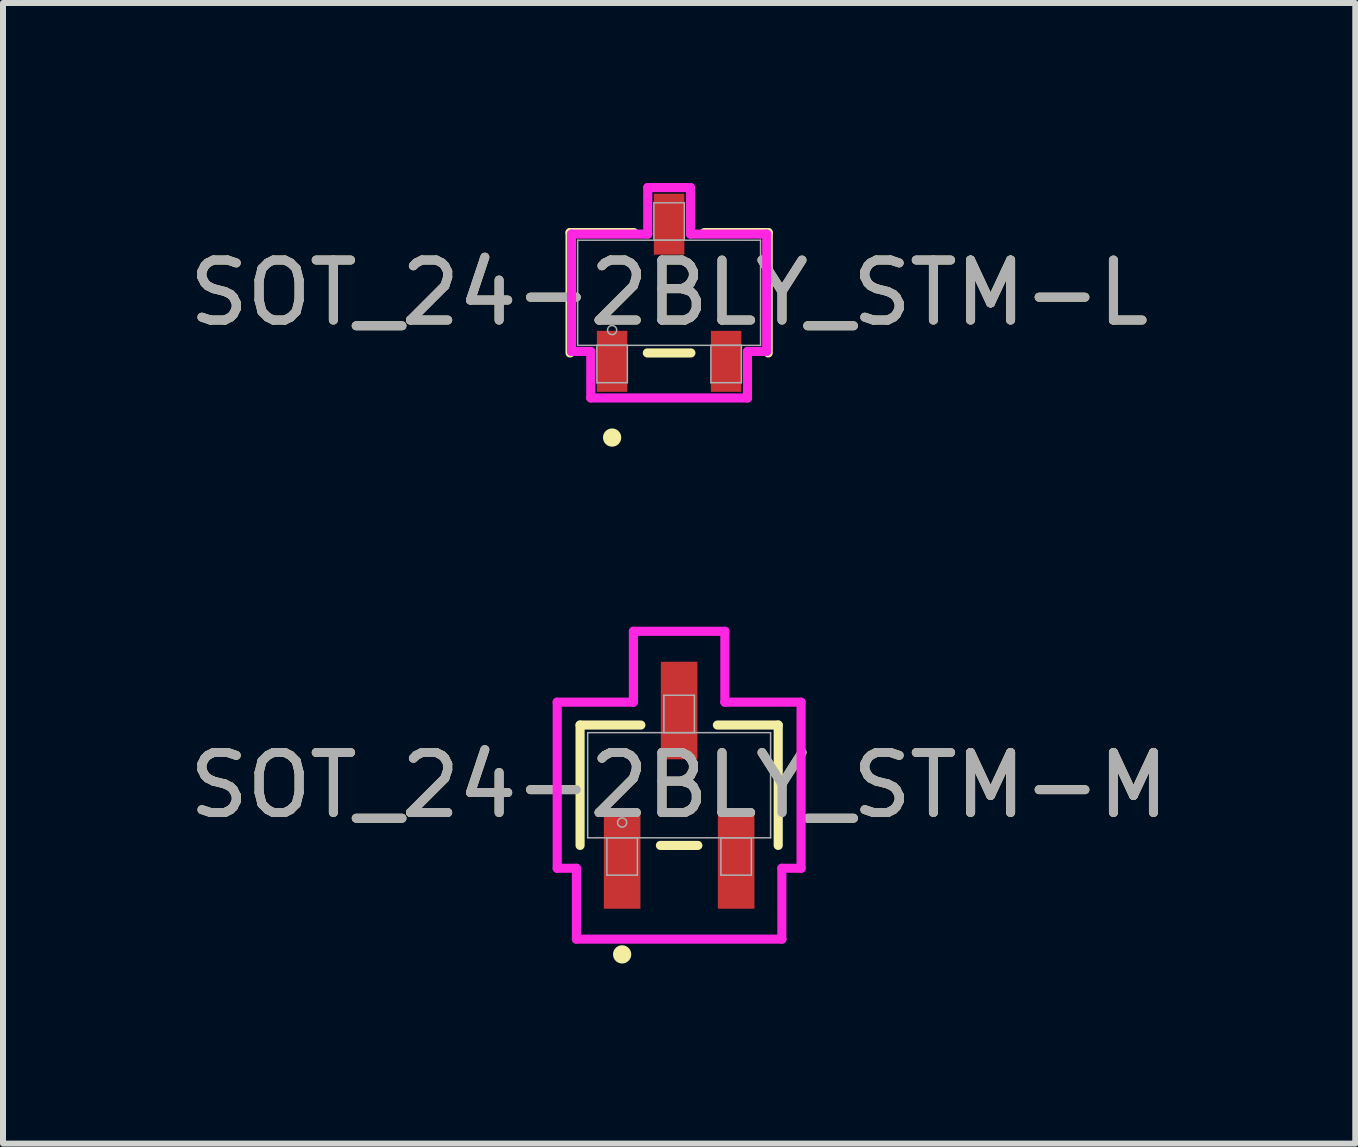
<source format=kicad_pcb>
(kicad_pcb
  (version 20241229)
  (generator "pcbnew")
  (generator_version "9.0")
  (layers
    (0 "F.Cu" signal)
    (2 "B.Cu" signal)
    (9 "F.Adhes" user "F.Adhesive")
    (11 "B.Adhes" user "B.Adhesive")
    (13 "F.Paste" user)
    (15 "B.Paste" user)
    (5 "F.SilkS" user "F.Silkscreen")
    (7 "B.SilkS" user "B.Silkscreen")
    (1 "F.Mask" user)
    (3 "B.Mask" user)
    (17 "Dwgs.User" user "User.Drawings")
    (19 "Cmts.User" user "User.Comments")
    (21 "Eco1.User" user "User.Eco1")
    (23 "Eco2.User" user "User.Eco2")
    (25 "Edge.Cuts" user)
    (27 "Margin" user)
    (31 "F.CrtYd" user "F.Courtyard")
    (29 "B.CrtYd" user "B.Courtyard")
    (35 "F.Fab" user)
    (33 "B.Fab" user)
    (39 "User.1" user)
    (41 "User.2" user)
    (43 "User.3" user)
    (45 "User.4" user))
  (footprint "SOT_24-2BLY_STM-L"
    (layer "F.Cu")
    (at 8.101 1.829)
    (property "Reference" "SOT_24-2BLY_STM-L" (at 0 0 0) (unlocked yes) (layer "F.SilkS") (effects (font (size 1 1) (thickness 0.15))))
    (attr smd)
    (fp_line (start -1.651 -1.003) (end -1.651 1.003) (stroke (width 0.152) (type solid)) (layer "F.SilkS"))
    (fp_line (start -0.587 -1.003) (end -1.651 -1.003) (stroke (width 0.152) (type solid)) (layer "F.SilkS"))
    (fp_line (start -0.363 1.003) (end 0.363 1.003) (stroke (width 0.152) (type solid)) (layer "F.SilkS"))
    (fp_line (start 1.651 -1.003) (end 0.587 -1.003) (stroke (width 0.152) (type solid)) (layer "F.SilkS"))
    (fp_line (start 1.651 1.003) (end 1.651 -1.003) (stroke (width 0.152) (type solid)) (layer "F.SilkS"))
    (fp_circle (center -0.95 2.413) (end -0.874 2.413) (stroke (width 0.152) (type solid)) (fill no) (layer "F.SilkS"))
    (fp_line (start -1.626 -0.978) (end -0.356 -0.978) (stroke (width 0.152) (type solid)) (layer "F.CrtYd"))
    (fp_line (start -1.626 0.978) (end -1.626 -0.978) (stroke (width 0.152) (type solid)) (layer "F.CrtYd"))
    (fp_line (start -1.626 0.978) (end -1.306 0.978) (stroke (width 0.152) (type solid)) (layer "F.CrtYd"))
    (fp_line (start -1.306 0.978) (end -1.306 1.753) (stroke (width 0.152) (type solid)) (layer "F.CrtYd"))
    (fp_line (start -1.306 1.753) (end 1.306 1.753) (stroke (width 0.152) (type solid)) (layer "F.CrtYd"))
    (fp_line (start -0.356 -1.753) (end 0.356 -1.753) (stroke (width 0.152) (type solid)) (layer "F.CrtYd"))
    (fp_line (start -0.356 -0.978) (end -0.356 -1.753) (stroke (width 0.152) (type solid)) (layer "F.CrtYd"))
    (fp_line (start 0.356 -0.978) (end 0.356 -1.753) (stroke (width 0.152) (type solid)) (layer "F.CrtYd"))
    (fp_line (start 1.306 0.978) (end 1.306 1.753) (stroke (width 0.152) (type solid)) (layer "F.CrtYd"))
    (fp_line (start 1.626 -0.978) (end 0.356 -0.978) (stroke (width 0.152) (type solid)) (layer "F.CrtYd"))
    (fp_line (start 1.626 -0.978) (end 1.626 0.978) (stroke (width 0.152) (type solid)) (layer "F.CrtYd"))
    (fp_line (start 1.626 0.978) (end 1.306 0.978) (stroke (width 0.152) (type solid)) (layer "F.CrtYd"))
    (fp_line (start -1.524 -0.876) (end -1.524 0.876) (stroke (width 0.025) (type solid)) (layer "F.Fab"))
    (fp_line (start -1.524 0.876) (end 1.524 0.876) (stroke (width 0.025) (type solid)) (layer "F.Fab"))
    (fp_line (start -1.204 0.876) (end -1.204 1.499) (stroke (width 0.025) (type solid)) (layer "F.Fab"))
    (fp_line (start -1.204 1.499) (end -0.696 1.499) (stroke (width 0.025) (type solid)) (layer "F.Fab"))
    (fp_line (start -0.696 0.876) (end -1.204 0.876) (stroke (width 0.025) (type solid)) (layer "F.Fab"))
    (fp_line (start -0.696 1.499) (end -0.696 0.876) (stroke (width 0.025) (type solid)) (layer "F.Fab"))
    (fp_line (start -0.254 -1.499) (end -0.254 -0.876) (stroke (width 0.025) (type solid)) (layer "F.Fab"))
    (fp_line (start -0.254 -0.876) (end 0.254 -0.876) (stroke (width 0.025) (type solid)) (layer "F.Fab"))
    (fp_line (start 0.254 -1.499) (end -0.254 -1.499) (stroke (width 0.025) (type solid)) (layer "F.Fab"))
    (fp_line (start 0.254 -0.876) (end 0.254 -1.499) (stroke (width 0.025) (type solid)) (layer "F.Fab"))
    (fp_line (start 0.696 0.876) (end 0.696 1.499) (stroke (width 0.025) (type solid)) (layer "F.Fab"))
    (fp_line (start 0.696 1.499) (end 1.204 1.499) (stroke (width 0.025) (type solid)) (layer "F.Fab"))
    (fp_line (start 1.204 0.876) (end 0.696 0.876) (stroke (width 0.025) (type solid)) (layer "F.Fab"))
    (fp_line (start 1.204 1.499) (end 1.204 0.876) (stroke (width 0.025) (type solid)) (layer "F.Fab"))
    (fp_line (start 1.524 -0.876) (end -1.524 -0.876) (stroke (width 0.025) (type solid)) (layer "F.Fab"))
    (fp_line (start 1.524 0.876) (end 1.524 -0.876) (stroke (width 0.025) (type solid)) (layer "F.Fab"))
    (fp_circle (center -0.95 0.622) (end -0.874 0.622) (stroke (width 0.025) (type solid)) (fill no) (layer "F.Fab"))
    (fp_text user "${REFERENCE}" (at 0 0 0) (unlocked yes) (layer "F.Fab") (effects (font (size 1 1) (thickness 0.15))))
    (pad "1" smd rect (at -0.95 1.143) (size 0.508 1.016) (layers "F.Cu" "F.Mask" "F.Paste"))
    (pad "2" smd rect (at 0.95 1.143) (size 0.508 1.016) (layers "F.Cu" "F.Mask" "F.Paste"))
    (pad "3" smd rect (at 0 -1.143) (size 0.508 1.016) (layers "F.Cu" "F.Mask" "F.Paste")))
  (footprint "SOT_24-2BLY_STM-M"
    (layer "F.Cu")
    (at 8.268 10.036)
    (property "Reference" "SOT_24-2BLY_STM-M" (at 0 0 0) (unlocked yes) (layer "F.SilkS") (effects (font (size 1 1) (thickness 0.15))))
    (attr smd)
    (fp_line (start -1.651 -1.003) (end -1.651 1.003) (stroke (width 0.152) (type solid)) (layer "F.SilkS"))
    (fp_line (start -0.638 -1.003) (end -1.651 -1.003) (stroke (width 0.152) (type solid)) (layer "F.SilkS"))
    (fp_line (start -0.312 1.003) (end 0.312 1.003) (stroke (width 0.152) (type solid)) (layer "F.SilkS"))
    (fp_line (start 1.651 -1.003) (end 0.638 -1.003) (stroke (width 0.152) (type solid)) (layer "F.SilkS"))
    (fp_line (start 1.651 1.003) (end 1.651 -1.003) (stroke (width 0.152) (type solid)) (layer "F.SilkS"))
    (fp_circle (center -0.95 2.819) (end -0.874 2.819) (stroke (width 0.152) (type solid)) (fill no) (layer "F.SilkS"))
    (fp_line (start -2.032 -1.384) (end -0.762 -1.384) (stroke (width 0.152) (type solid)) (layer "F.CrtYd"))
    (fp_line (start -2.032 1.384) (end -2.032 -1.384) (stroke (width 0.152) (type solid)) (layer "F.CrtYd"))
    (fp_line (start -2.032 1.384) (end -1.712 1.384) (stroke (width 0.152) (type solid)) (layer "F.CrtYd"))
    (fp_line (start -1.712 1.384) (end -1.712 2.565) (stroke (width 0.152) (type solid)) (layer "F.CrtYd"))
    (fp_line (start -1.712 2.565) (end 1.712 2.565) (stroke (width 0.152) (type solid)) (layer "F.CrtYd"))
    (fp_line (start -0.762 -2.565) (end 0.762 -2.565) (stroke (width 0.152) (type solid)) (layer "F.CrtYd"))
    (fp_line (start -0.762 -1.384) (end -0.762 -2.565) (stroke (width 0.152) (type solid)) (layer "F.CrtYd"))
    (fp_line (start 0.762 -1.384) (end 0.762 -2.565) (stroke (width 0.152) (type solid)) (layer "F.CrtYd"))
    (fp_line (start 1.712 1.384) (end 1.712 2.565) (stroke (width 0.152) (type solid)) (layer "F.CrtYd"))
    (fp_line (start 2.032 -1.384) (end 0.762 -1.384) (stroke (width 0.152) (type solid)) (layer "F.CrtYd"))
    (fp_line (start 2.032 -1.384) (end 2.032 1.384) (stroke (width 0.152) (type solid)) (layer "F.CrtYd"))
    (fp_line (start 2.032 1.384) (end 1.712 1.384) (stroke (width 0.152) (type solid)) (layer "F.CrtYd"))
    (fp_line (start -1.524 -0.876) (end -1.524 0.876) (stroke (width 0.025) (type solid)) (layer "F.Fab"))
    (fp_line (start -1.524 0.876) (end 1.524 0.876) (stroke (width 0.025) (type solid)) (layer "F.Fab"))
    (fp_line (start -1.204 0.876) (end -1.204 1.499) (stroke (width 0.025) (type solid)) (layer "F.Fab"))
    (fp_line (start -1.204 1.499) (end -0.696 1.499) (stroke (width 0.025) (type solid)) (layer "F.Fab"))
    (fp_line (start -0.696 0.876) (end -1.204 0.876) (stroke (width 0.025) (type solid)) (layer "F.Fab"))
    (fp_line (start -0.696 1.499) (end -0.696 0.876) (stroke (width 0.025) (type solid)) (layer "F.Fab"))
    (fp_line (start -0.254 -1.499) (end -0.254 -0.876) (stroke (width 0.025) (type solid)) (layer "F.Fab"))
    (fp_line (start -0.254 -0.876) (end 0.254 -0.876) (stroke (width 0.025) (type solid)) (layer "F.Fab"))
    (fp_line (start 0.254 -1.499) (end -0.254 -1.499) (stroke (width 0.025) (type solid)) (layer "F.Fab"))
    (fp_line (start 0.254 -0.876) (end 0.254 -1.499) (stroke (width 0.025) (type solid)) (layer "F.Fab"))
    (fp_line (start 0.696 0.876) (end 0.696 1.499) (stroke (width 0.025) (type solid)) (layer "F.Fab"))
    (fp_line (start 0.696 1.499) (end 1.204 1.499) (stroke (width 0.025) (type solid)) (layer "F.Fab"))
    (fp_line (start 1.204 0.876) (end 0.696 0.876) (stroke (width 0.025) (type solid)) (layer "F.Fab"))
    (fp_line (start 1.204 1.499) (end 1.204 0.876) (stroke (width 0.025) (type solid)) (layer "F.Fab"))
    (fp_line (start 1.524 -0.876) (end -1.524 -0.876) (stroke (width 0.025) (type solid)) (layer "F.Fab"))
    (fp_line (start 1.524 0.876) (end 1.524 -0.876) (stroke (width 0.025) (type solid)) (layer "F.Fab"))
    (fp_circle (center -0.95 0.622) (end -0.874 0.622) (stroke (width 0.025) (type solid)) (fill no) (layer "F.Fab"))
    (fp_text user "${REFERENCE}" (at 0 0 0) (unlocked yes) (layer "F.Fab") (effects (font (size 1 1) (thickness 0.15))))
    (pad "1" smd rect (at -0.95 1.245) (size 0.61 1.626) (layers "F.Cu" "F.Mask" "F.Paste"))
    (pad "2" smd rect (at 0.95 1.245) (size 0.61 1.626) (layers "F.Cu" "F.Mask" "F.Paste"))
    (pad "3" smd rect (at 0 -1.245) (size 0.61 1.626) (layers "F.Cu" "F.Mask" "F.Paste")))
  (gr_rect
    (start -3 -3)
    (end 19.536 16.008)
    (stroke (width 0.1) (type default))
    (fill no)
    (layer "Edge.Cuts")))
</source>
